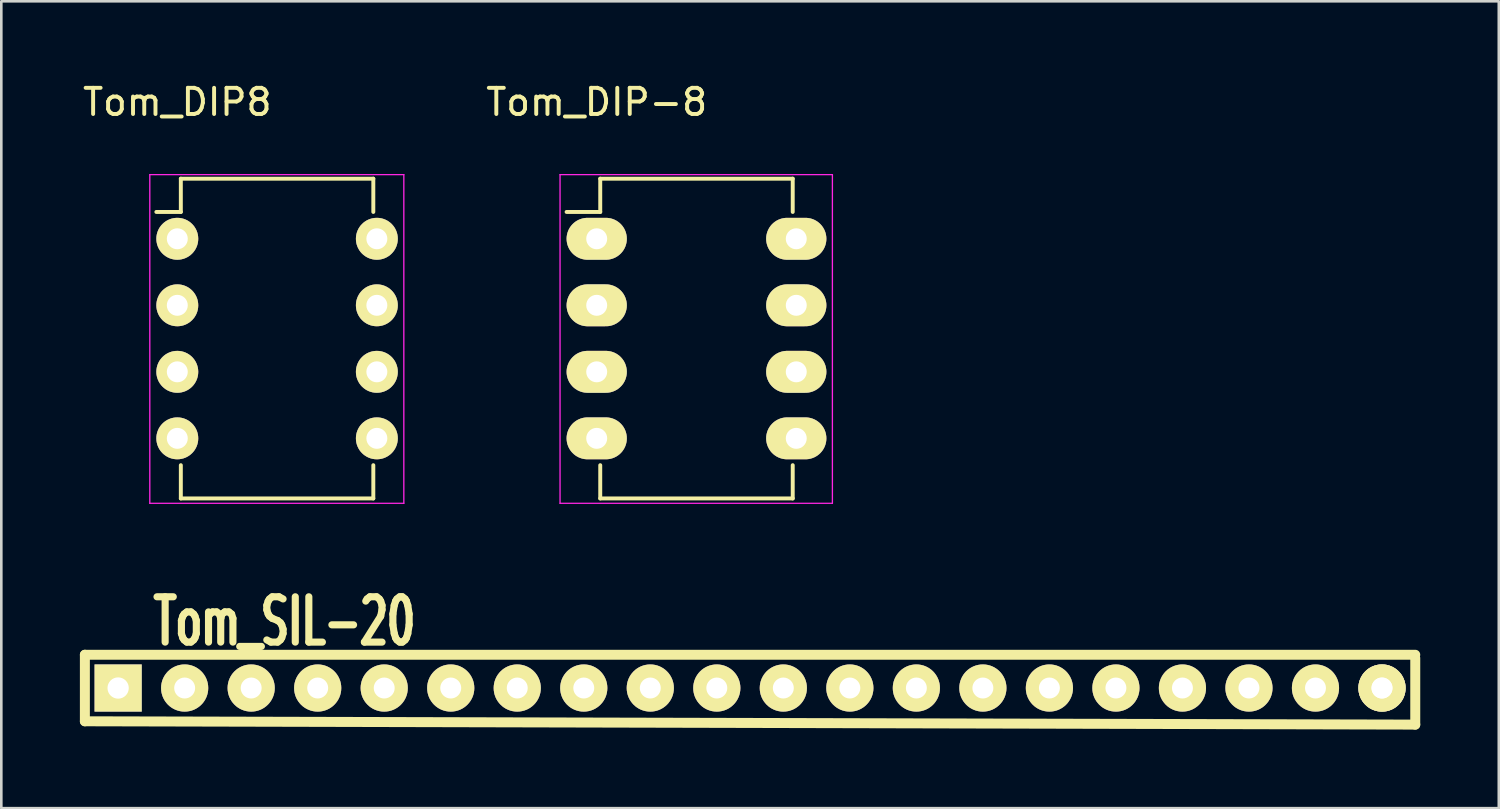
<source format=kicad_pcb>
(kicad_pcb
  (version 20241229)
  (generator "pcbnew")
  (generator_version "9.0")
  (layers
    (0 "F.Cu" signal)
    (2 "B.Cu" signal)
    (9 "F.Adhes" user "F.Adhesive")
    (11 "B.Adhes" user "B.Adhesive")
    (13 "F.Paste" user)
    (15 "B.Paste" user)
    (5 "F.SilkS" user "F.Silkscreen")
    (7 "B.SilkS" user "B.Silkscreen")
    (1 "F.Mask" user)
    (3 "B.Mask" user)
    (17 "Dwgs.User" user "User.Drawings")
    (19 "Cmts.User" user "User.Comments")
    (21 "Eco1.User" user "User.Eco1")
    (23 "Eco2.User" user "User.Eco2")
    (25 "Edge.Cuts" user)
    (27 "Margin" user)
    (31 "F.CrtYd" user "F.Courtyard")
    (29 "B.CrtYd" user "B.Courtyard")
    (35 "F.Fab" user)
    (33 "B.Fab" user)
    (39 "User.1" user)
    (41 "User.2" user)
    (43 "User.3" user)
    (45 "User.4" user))
  (footprint "Tom_DIP8"
    (layer "F.Cu")
    (at 3.72 6.068)
    (property "Reference" "Tom_DIP8" (at 0 -5.22 0) (layer "F.SilkS") (effects (font (size 1 1) (thickness 0.15))))
    (attr through_hole)
    (fp_line (start 0.135 -2.295) (end 0.135 -1.025) (stroke (width 0.15) (type solid)) (layer "F.SilkS"))
    (fp_line (start 0.135 -2.295) (end 7.485 -2.295) (stroke (width 0.15) (type solid)) (layer "F.SilkS"))
    (fp_line (start 0.135 -1.025) (end -0.8 -1.025) (stroke (width 0.15) (type solid)) (layer "F.SilkS"))
    (fp_line (start 0.135 9.915) (end 0.135 8.645) (stroke (width 0.15) (type solid)) (layer "F.SilkS"))
    (fp_line (start 0.135 9.915) (end 7.485 9.915) (stroke (width 0.15) (type solid)) (layer "F.SilkS"))
    (fp_line (start 7.485 -2.295) (end 7.485 -1.025) (stroke (width 0.15) (type solid)) (layer "F.SilkS"))
    (fp_line (start 7.485 9.915) (end 7.485 8.645) (stroke (width 0.15) (type solid)) (layer "F.SilkS"))
    (fp_line (start -1.05 -2.45) (end -1.05 10.1) (stroke (width 0.05) (type solid)) (layer "F.CrtYd"))
    (fp_line (start -1.05 -2.45) (end 8.65 -2.45) (stroke (width 0.05) (type solid)) (layer "F.CrtYd"))
    (fp_line (start -1.05 10.1) (end 8.65 10.1) (stroke (width 0.05) (type solid)) (layer "F.CrtYd"))
    (fp_line (start 8.65 -2.45) (end 8.65 10.1) (stroke (width 0.05) (type solid)) (layer "F.CrtYd"))
    (pad "1" thru_hole oval (at 0 0) (size 1.6 1.6) (drill 0.8) (layers "*.Cu" "*.Mask" "F.SilkS"))
    (pad "2" thru_hole oval (at 0 2.54) (size 1.6 1.6) (drill 0.8) (layers "*.Cu" "*.Mask" "F.SilkS"))
    (pad "3" thru_hole oval (at 0 5.08) (size 1.6 1.6) (drill 0.8) (layers "*.Cu" "*.Mask" "F.SilkS"))
    (pad "4" thru_hole oval (at 0 7.62) (size 1.6 1.6) (drill 0.8) (layers "*.Cu" "*.Mask" "F.SilkS"))
    (pad "5" thru_hole oval (at 7.62 7.62) (size 1.6 1.6) (drill 0.8) (layers "*.Cu" "*.Mask" "F.SilkS"))
    (pad "6" thru_hole oval (at 7.62 5.08) (size 1.6 1.6) (drill 0.8) (layers "*.Cu" "*.Mask" "F.SilkS"))
    (pad "7" thru_hole oval (at 7.62 2.54) (size 1.6 1.6) (drill 0.8) (layers "*.Cu" "*.Mask" "F.SilkS"))
    (pad "8" thru_hole oval (at 7.62 0) (size 1.6 1.6) (drill 0.8) (layers "*.Cu" "*.Mask" "F.SilkS")))
  (footprint "Tom_SIL-20"
    (layer "F.Cu")
    (at 17.971 23.222)
    (property "Reference" "Tom_SIL-20" (at -10.16 -2.54 0) (layer "F.SilkS") (effects (font (size 1.73 1.087) (thickness 0.272))))
    (attr through_hole)
    (fp_line (start -17.78 -1.27) (end 33.02 -1.27) (stroke (width 0.381) (type solid)) (layer "F.SilkS"))
    (fp_line (start -17.78 1.27) (end -17.78 -1.27) (stroke (width 0.381) (type solid)) (layer "F.SilkS"))
    (fp_line (start 33.02 -1.143) (end 33.02 1.397) (stroke (width 0.381) (type solid)) (layer "F.SilkS"))
    (fp_line (start 33.02 1.397) (end -17.78 1.27) (stroke (width 0.381) (type solid)) (layer "F.SilkS"))
    (pad "1" thru_hole rect (at -16.51 0) (size 1.801 1.801) (drill 0.813) (layers "*.Cu" "*.Mask" "F.SilkS"))
    (pad "2" thru_hole circle (at -13.97 0) (size 1.801 1.801) (drill 0.8) (layers "*.Cu" "*.Mask" "F.SilkS"))
    (pad "3" thru_hole circle (at -11.43 0) (size 1.801 1.801) (drill 0.8) (layers "*.Cu" "*.Mask" "F.SilkS"))
    (pad "4" thru_hole circle (at -8.89 0) (size 1.801 1.801) (drill 0.8) (layers "*.Cu" "*.Mask" "F.SilkS"))
    (pad "5" thru_hole circle (at -6.35 0) (size 1.801 1.801) (drill 0.8) (layers "*.Cu" "*.Mask" "F.SilkS"))
    (pad "6" thru_hole circle (at -3.81 0) (size 1.801 1.801) (drill 0.8) (layers "*.Cu" "*.Mask" "F.SilkS"))
    (pad "7" thru_hole circle (at -1.27 0) (size 1.801 1.801) (drill 0.8) (layers "*.Cu" "*.Mask" "F.SilkS"))
    (pad "8" thru_hole circle (at 1.27 0) (size 1.801 1.801) (drill 0.8) (layers "*.Cu" "*.Mask" "F.SilkS"))
    (pad "9" thru_hole circle (at 3.81 0) (size 1.801 1.801) (drill 0.8) (layers "*.Cu" "*.Mask" "F.SilkS"))
    (pad "10" thru_hole circle (at 6.35 0) (size 1.801 1.801) (drill 0.8) (layers "*.Cu" "*.Mask" "F.SilkS"))
    (pad "11" thru_hole circle (at 8.89 0) (size 1.801 1.801) (drill 0.8) (layers "*.Cu" "*.Mask" "F.SilkS"))
    (pad "12" thru_hole circle (at 11.43 0) (size 1.801 1.801) (drill 0.8) (layers "*.Cu" "*.Mask" "F.SilkS"))
    (pad "13" thru_hole circle (at 13.97 0) (size 1.801 1.801) (drill 0.8) (layers "*.Cu" "*.Mask" "F.SilkS"))
    (pad "14" thru_hole circle (at 16.51 0) (size 1.801 1.801) (drill 0.8) (layers "*.Cu" "*.Mask" "F.SilkS"))
    (pad "15" thru_hole circle (at 19.05 0) (size 1.801 1.801) (drill 0.8) (layers "*.Cu" "*.Mask" "F.SilkS"))
    (pad "16" thru_hole circle (at 21.59 0) (size 1.801 1.801) (drill 0.8) (layers "*.Cu" "*.Mask" "F.SilkS"))
    (pad "16" thru_hole circle (at 31.75 0) (size 1.801 1.801) (drill 0.8) (layers "*.Cu" "*.Mask" "F.SilkS"))
    (pad "17" thru_hole circle (at 24.13 0) (size 1.801 1.801) (drill 0.8) (layers "*.Cu" "*.Mask" "F.SilkS"))
    (pad "18" thru_hole circle (at 26.67 0) (size 1.801 1.801) (drill 0.8) (layers "*.Cu" "*.Mask" "F.SilkS"))
    (pad "19" thru_hole circle (at 29.21 0) (size 1.801 1.801) (drill 0.8) (layers "*.Cu" "*.Mask" "F.SilkS"))
    (pad "20" thru_hole circle (at 31.75 0) (size 1.801 1.801) (drill 0.8) (layers "*.Cu" "*.Mask" "F.SilkS")))
  (footprint "Tom_DIP-8"
    (layer "F.Cu")
    (at 19.735 6.068)
    (property "Reference" "Tom_DIP-8" (at 0 -5.22 0) (layer "F.SilkS") (effects (font (size 1 1) (thickness 0.15))))
    (attr through_hole)
    (fp_line (start 0.135 -2.295) (end 0.135 -1.025) (stroke (width 0.15) (type solid)) (layer "F.SilkS"))
    (fp_line (start 0.135 -2.295) (end 7.485 -2.295) (stroke (width 0.15) (type solid)) (layer "F.SilkS"))
    (fp_line (start 0.135 -1.025) (end -1.15 -1.025) (stroke (width 0.15) (type solid)) (layer "F.SilkS"))
    (fp_line (start 0.135 9.915) (end 0.135 8.645) (stroke (width 0.15) (type solid)) (layer "F.SilkS"))
    (fp_line (start 0.135 9.915) (end 7.485 9.915) (stroke (width 0.15) (type solid)) (layer "F.SilkS"))
    (fp_line (start 7.485 -2.295) (end 7.485 -1.025) (stroke (width 0.15) (type solid)) (layer "F.SilkS"))
    (fp_line (start 7.485 9.915) (end 7.485 8.645) (stroke (width 0.15) (type solid)) (layer "F.SilkS"))
    (fp_line (start -1.4 -2.45) (end -1.4 10.1) (stroke (width 0.05) (type solid)) (layer "F.CrtYd"))
    (fp_line (start -1.4 -2.45) (end 9 -2.45) (stroke (width 0.05) (type solid)) (layer "F.CrtYd"))
    (fp_line (start -1.4 10.1) (end 9 10.1) (stroke (width 0.05) (type solid)) (layer "F.CrtYd"))
    (fp_line (start 9 -2.45) (end 9 10.1) (stroke (width 0.05) (type solid)) (layer "F.CrtYd"))
    (pad "1" thru_hole oval (at 0 0) (size 2.3 1.6) (drill 0.8) (layers "*.Cu" "*.Mask" "F.SilkS"))
    (pad "2" thru_hole oval (at 0 2.54) (size 2.3 1.6) (drill 0.8) (layers "*.Cu" "*.Mask" "F.SilkS"))
    (pad "3" thru_hole oval (at 0 5.08) (size 2.3 1.6) (drill 0.8) (layers "*.Cu" "*.Mask" "F.SilkS"))
    (pad "4" thru_hole oval (at 0 7.62) (size 2.3 1.6) (drill 0.8) (layers "*.Cu" "*.Mask" "F.SilkS"))
    (pad "5" thru_hole oval (at 7.62 7.62) (size 2.3 1.6) (drill 0.8) (layers "*.Cu" "*.Mask" "F.SilkS"))
    (pad "6" thru_hole oval (at 7.62 5.08) (size 2.3 1.6) (drill 0.8) (layers "*.Cu" "*.Mask" "F.SilkS"))
    (pad "7" thru_hole oval (at 7.62 2.54) (size 2.3 1.6) (drill 0.8) (layers "*.Cu" "*.Mask" "F.SilkS"))
    (pad "8" thru_hole oval (at 7.62 0) (size 2.3 1.6) (drill 0.8) (layers "*.Cu" "*.Mask" "F.SilkS")))
  (gr_rect
    (start -3 -3)
    (end 54.181 27.81)
    (stroke (width 0.1) (type default))
    (fill no)
    (layer "Edge.Cuts")))
</source>
